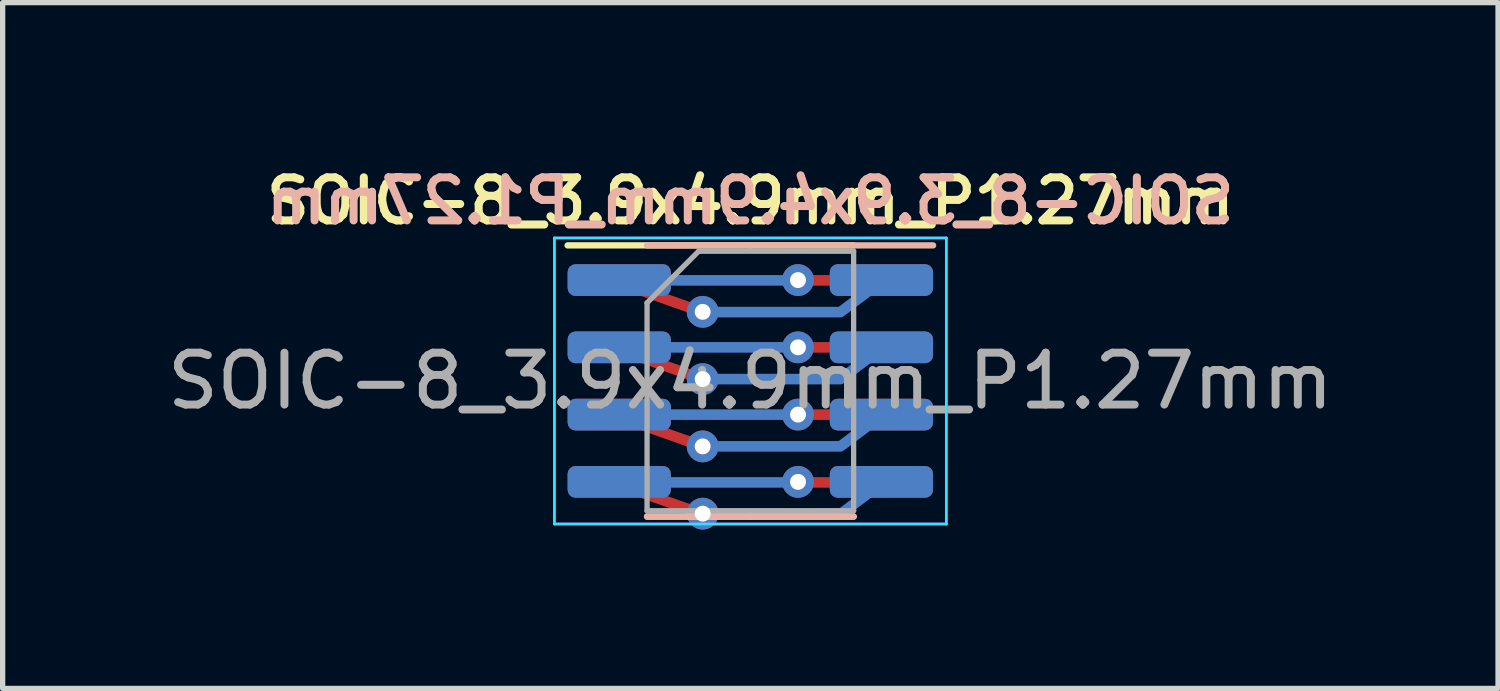
<source format=kicad_pcb>
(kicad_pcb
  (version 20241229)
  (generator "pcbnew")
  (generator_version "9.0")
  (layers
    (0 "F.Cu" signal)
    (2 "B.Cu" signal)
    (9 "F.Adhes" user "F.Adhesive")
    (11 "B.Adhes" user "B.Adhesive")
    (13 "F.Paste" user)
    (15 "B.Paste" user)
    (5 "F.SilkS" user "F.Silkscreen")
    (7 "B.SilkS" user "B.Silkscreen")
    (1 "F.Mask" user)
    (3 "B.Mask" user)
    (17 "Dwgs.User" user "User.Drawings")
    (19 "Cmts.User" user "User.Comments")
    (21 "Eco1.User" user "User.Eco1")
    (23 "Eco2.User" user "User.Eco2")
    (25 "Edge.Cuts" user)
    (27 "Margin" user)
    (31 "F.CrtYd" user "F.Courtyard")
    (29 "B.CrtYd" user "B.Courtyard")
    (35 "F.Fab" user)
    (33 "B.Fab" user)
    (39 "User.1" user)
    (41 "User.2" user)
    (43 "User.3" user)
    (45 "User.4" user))
  (footprint "SOIC-8_3.9x4.9mm_P1.27mm"
    (layer "F.Cu")
    (at 11.117 4.143)
    (property "Reference" "SOIC-8_3.9x4.9mm_P1.27mm" (at 0 -3.4 0) (layer "F.SilkS") (effects (font (size 0.813 0.813) (thickness 0.152))))
    (attr smd)
    (fp_line (start 0 -2.56) (end -3.45 -2.56) (stroke (width 0.12) (type solid)) (layer "F.SilkS"))
    (fp_line (start 0 -2.56) (end 1.95 -2.56) (stroke (width 0.12) (type solid)) (layer "F.SilkS"))
    (fp_line (start 0 2.56) (end -1.95 2.56) (stroke (width 0.12) (type solid)) (layer "F.SilkS"))
    (fp_line (start 0 2.56) (end 1.95 2.56) (stroke (width 0.12) (type solid)) (layer "F.SilkS"))
    (fp_line (start 0 -2.56) (end -1.95 -2.56) (stroke (width 0.12) (type solid)) (layer "B.SilkS"))
    (fp_line (start 0 -2.56) (end 3.45 -2.56) (stroke (width 0.12) (type solid)) (layer "B.SilkS"))
    (fp_line (start 0 2.56) (end -1.95 2.56) (stroke (width 0.12) (type solid)) (layer "B.SilkS"))
    (fp_line (start 0 2.56) (end 1.95 2.56) (stroke (width 0.12) (type solid)) (layer "B.SilkS"))
    (fp_line (start -3.7 -2.7) (end 3.7 -2.7) (stroke (width 0.05) (type solid)) (layer "B.CrtYd"))
    (fp_line (start -3.7 2.7) (end -3.7 -2.7) (stroke (width 0.05) (type solid)) (layer "B.CrtYd"))
    (fp_line (start 3.7 -2.7) (end 3.7 2.7) (stroke (width 0.05) (type solid)) (layer "B.CrtYd"))
    (fp_line (start 3.7 2.7) (end -3.7 2.7) (stroke (width 0.05) (type solid)) (layer "B.CrtYd"))
    (fp_line (start -3.7 -2.7) (end -3.7 2.7) (stroke (width 0.05) (type solid)) (layer "F.CrtYd"))
    (fp_line (start -3.7 2.7) (end 3.7 2.7) (stroke (width 0.05) (type solid)) (layer "F.CrtYd"))
    (fp_line (start 3.7 -2.7) (end -3.7 -2.7) (stroke (width 0.05) (type solid)) (layer "F.CrtYd"))
    (fp_line (start 3.7 2.7) (end 3.7 -2.7) (stroke (width 0.05) (type solid)) (layer "F.CrtYd"))
    (fp_line (start -1.95 -1.475) (end -0.975 -2.45) (stroke (width 0.1) (type solid)) (layer "F.Fab"))
    (fp_line (start -1.95 2.45) (end -1.95 -1.475) (stroke (width 0.1) (type solid)) (layer "F.Fab"))
    (fp_line (start -0.975 -2.45) (end 1.95 -2.45) (stroke (width 0.1) (type solid)) (layer "F.Fab"))
    (fp_line (start 1.95 -2.45) (end 1.95 2.45) (stroke (width 0.1) (type solid)) (layer "F.Fab"))
    (fp_line (start 1.95 2.45) (end -1.95 2.45) (stroke (width 0.1) (type solid)) (layer "F.Fab"))
    (fp_text user "${REFERENCE}" (at 0 -3.4 0) (layer "B.SilkS") (effects (font (size 0.813 0.813) (thickness 0.152)) (justify mirror)))
    (fp_text user "${REFERENCE}" (at 0 0 0) (layer "F.Fab") (effects (font (size 0.98 0.98) (thickness 0.15))))
    (pad "1" smd custom (at -2.5 -1.905) (size 0.416 0.416) (layers "F.Cu") (options (anchor circle)) (primitives (gr_line (start 1.6 0.605) (end -0.1 0.005) (width 0.2))))
    (pad "1" smd roundrect (at -2.475 -1.905) (size 1.95 0.6) (layers "F.Cu" "F.Mask" "F.Paste") (roundrect_rratio 0.25))
    (pad "1" thru_hole circle (at -0.9 -1.305 45) (size 0.6 0.6) (drill 0.3) (layers "*.Cu"))
    (pad "1" smd roundrect (at 2.475 -1.905 180) (size 1.95 0.6) (layers "B.Cu" "B.Mask" "B.Paste") (roundrect_rratio 0.25))
    (pad "1" smd custom (at 2.5 -1.905) (size 0.416 0.416) (layers "B.Cu") (options (anchor circle)) (primitives (gr_line (start -3.4 0.605) (end -0.8 0.605) (width 0.2)) (gr_line (start -0.8 0.605) (end 0 0.005) (width 0.2))))
    (pad "2" smd custom (at -2.5 -0.635) (size 0.416 0.416) (layers "F.Cu") (options (anchor circle)) (primitives (gr_line (start 1.6 0.6) (end -0.1 0) (width 0.2))))
    (pad "2" smd roundrect (at -2.475 -0.635) (size 1.95 0.6) (layers "F.Cu" "F.Mask" "F.Paste") (roundrect_rratio 0.25))
    (pad "2" thru_hole circle (at -0.9 -0.035 45) (size 0.6 0.6) (drill 0.3) (layers "*.Cu"))
    (pad "2" smd roundrect (at 2.475 -0.635 180) (size 1.95 0.6) (layers "B.Cu" "B.Mask" "B.Paste") (roundrect_rratio 0.25))
    (pad "2" smd custom (at 2.5 -0.635) (size 0.416 0.416) (layers "B.Cu") (options (anchor circle)) (primitives (gr_line (start -3.4 0.6) (end -0.8 0.6) (width 0.2)) (gr_line (start -0.8 0.6) (end 0 0) (width 0.2))))
    (pad "3" smd custom (at -2.5 0.635) (size 0.416 0.416) (layers "F.Cu") (options (anchor circle)) (primitives (gr_line (start 1.6 0.6) (end -0.1 0) (width 0.2))))
    (pad "3" smd roundrect (at -2.475 0.635) (size 1.95 0.6) (layers "F.Cu" "F.Mask" "F.Paste") (roundrect_rratio 0.25))
    (pad "3" thru_hole circle (at -0.9 1.235 45) (size 0.6 0.6) (drill 0.3) (layers "*.Cu"))
    (pad "3" smd roundrect (at 2.475 0.635 180) (size 1.95 0.6) (layers "B.Cu" "B.Mask" "B.Paste") (roundrect_rratio 0.25))
    (pad "3" smd custom (at 2.5 0.635) (size 0.416 0.416) (layers "B.Cu") (options (anchor circle)) (primitives (gr_line (start -0.8 0.6) (end 0 0) (width 0.2)) (gr_line (start -3.4 0.6) (end -0.8 0.6) (width 0.2))))
    (pad "4" smd custom (at -2.5 1.905) (size 0.416 0.416) (layers "F.Cu") (options (anchor circle)) (primitives (gr_line (start 1.6 0.61) (end -0.1 0.01) (width 0.2))))
    (pad "4" smd roundrect (at -2.475 1.905) (size 1.95 0.6) (layers "F.Cu" "F.Mask" "F.Paste") (roundrect_rratio 0.25))
    (pad "4" thru_hole circle (at -0.9 2.505 45) (size 0.6 0.6) (drill 0.3) (layers "*.Cu"))
    (pad "4" smd roundrect (at 2.475 1.905 180) (size 1.95 0.6) (layers "B.Cu" "B.Mask" "B.Paste") (roundrect_rratio 0.25))
    (pad "4" smd custom (at 2.5 1.905) (size 0.416 0.416) (layers "B.Cu") (options (anchor circle)) (primitives (gr_line (start -0.8 0.61) (end 0 0.01) (width 0.2)) (gr_line (start -3.4 0.61) (end -0.8 0.61) (width 0.2))))
    (pad "5" smd custom (at -2.5 1.905) (size 0.416 0.416) (layers "B.Cu") (options (anchor circle)) (primitives (gr_line (start 3.4 0.01) (end 0 0.01) (width 0.2))))
    (pad "5" smd roundrect (at -2.475 1.905 180) (size 1.95 0.6) (layers "B.Cu" "B.Mask" "B.Paste") (roundrect_rratio 0.25))
    (pad "5" thru_hole circle (at 0.9 1.905 135) (size 0.6 0.6) (drill 0.3) (layers "*.Cu"))
    (pad "5" smd roundrect (at 2.475 1.905) (size 1.95 0.6) (layers "F.Cu" "F.Mask" "F.Paste") (roundrect_rratio 0.25))
    (pad "5" smd custom (at 2.5 1.905) (size 0.416 0.416) (layers "F.Cu") (options (anchor circle)) (primitives (gr_line (start -1.6 0.01) (end 0 0.01) (width 0.2))))
    (pad "6" smd custom (at -2.5 0.635) (size 0.416 0.416) (layers "B.Cu") (options (anchor circle)) (primitives (gr_line (start 3.4 0) (end 0 0) (width 0.2))))
    (pad "6" smd roundrect (at -2.475 0.635 180) (size 1.95 0.6) (layers "B.Cu" "B.Mask" "B.Paste") (roundrect_rratio 0.25))
    (pad "6" thru_hole circle (at 0.9 0.635 45) (size 0.6 0.6) (drill 0.3) (layers "*.Cu"))
    (pad "6" smd roundrect (at 2.475 0.635) (size 1.95 0.6) (layers "F.Cu" "F.Mask" "F.Paste") (roundrect_rratio 0.25))
    (pad "6" smd custom (at 2.5 0.635) (size 0.416 0.416) (layers "F.Cu") (options (anchor circle)) (primitives (gr_line (start -1.6 0) (end 0 0) (width 0.2))))
    (pad "7" smd custom (at -2.5 -0.635) (size 0.416 0.416) (layers "B.Cu") (options (anchor circle)) (primitives (gr_line (start 3.4 0) (end 0 0) (width 0.2))))
    (pad "7" smd roundrect (at -2.475 -0.635 180) (size 1.95 0.6) (layers "B.Cu" "B.Mask" "B.Paste") (roundrect_rratio 0.25))
    (pad "7" thru_hole circle (at 0.9 -0.635 45) (size 0.6 0.6) (drill 0.3) (layers "*.Cu"))
    (pad "7" smd roundrect (at 2.475 -0.635) (size 1.95 0.6) (layers "F.Cu" "F.Mask" "F.Paste") (roundrect_rratio 0.25))
    (pad "7" smd custom (at 2.5 -0.635) (size 0.416 0.416) (layers "F.Cu") (options (anchor circle)) (primitives (gr_line (start -1.6 0) (end 0 0) (width 0.2))))
    (pad "8" smd custom (at -2.5 -1.905) (size 0.416 0.416) (layers "B.Cu") (options (anchor circle)) (primitives (gr_line (start 3.4 0.005) (end 0 0.005) (width 0.2))))
    (pad "8" smd roundrect (at -2.475 -1.905 180) (size 1.95 0.6) (layers "B.Cu" "B.Mask" "B.Paste") (roundrect_rratio 0.25))
    (pad "8" thru_hole circle (at 0.9 -1.905 45) (size 0.6 0.6) (drill 0.3) (layers "*.Cu"))
    (pad "8" smd roundrect (at 2.475 -1.905) (size 1.95 0.6) (layers "F.Cu" "F.Mask" "F.Paste") (roundrect_rratio 0.25))
    (pad "8" smd custom (at 2.5 -1.905) (size 0.416 0.416) (layers "F.Cu") (options (anchor circle)) (primitives (gr_line (start -1.6 0.005) (end 0 0.005) (width 0.2)))))
  (gr_rect
    (start -3 -3)
    (end 25.234 9.948)
    (stroke (width 0.1) (type default))
    (fill no)
    (layer "Edge.Cuts")))
</source>
